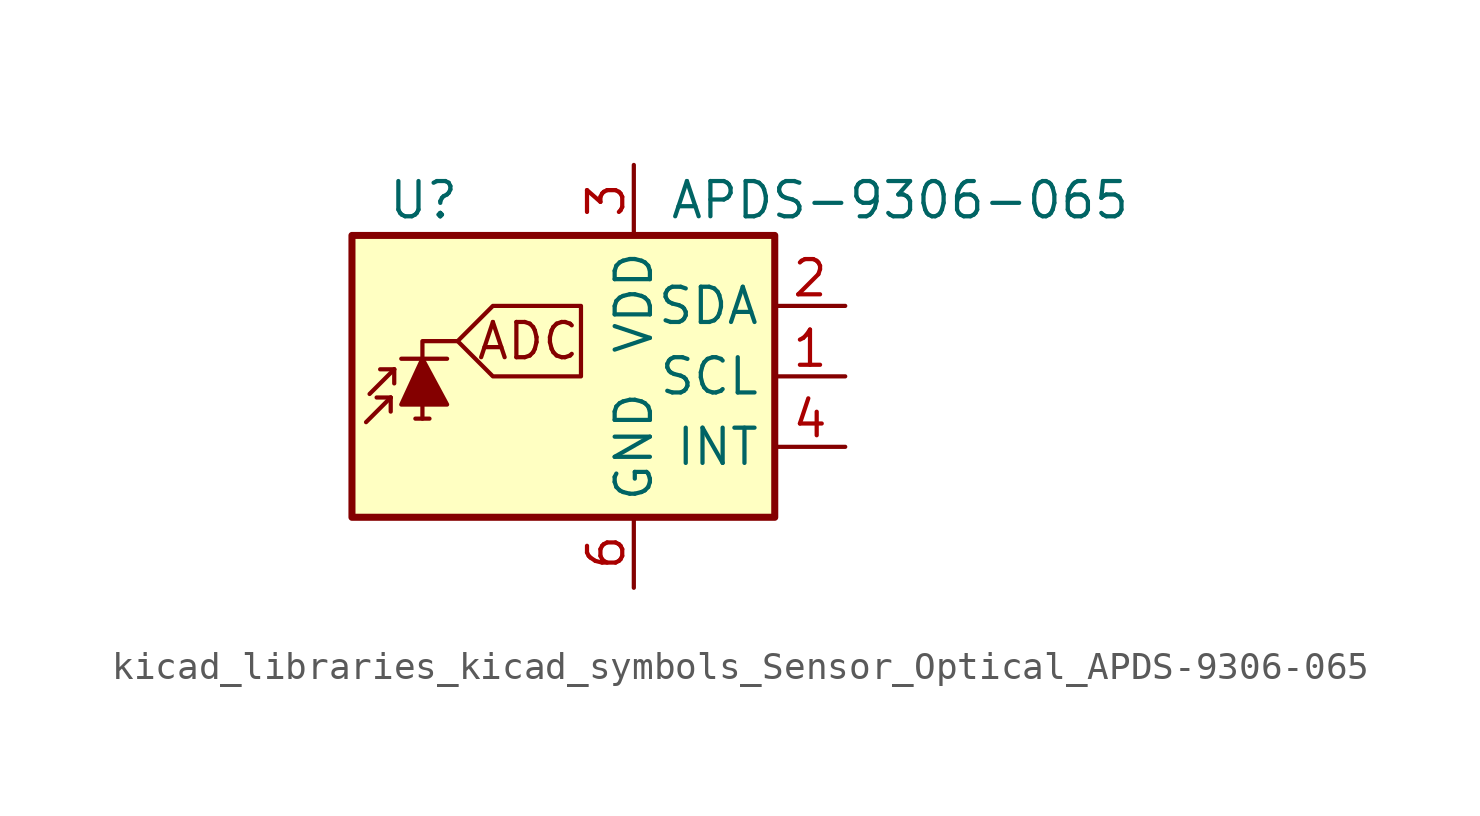
<source format=kicad_sym>
(kicad_symbol_lib
  (version 20220914)
  (generator kicad_symbol_editor)
  (symbol "kicad_libraries_kicad_symbols_Sensor_Optical_APDS-9306-065"
    (property "Reference" "U"
      (at -6.35 6.35 0)
      (effects (font (size 1.27 1.27)) (justify left)))
    (property "Value" "APDS-9306-065"
      (at 3.81 6.35 0)
      (effects (font (size 1.27 1.27)) (justify left)))
    (symbol "kicad_libraries_kicad_symbols_Sensor_Optical_APDS-9306-065_0_0"
      (polyline (pts (xy -3.81 1.27) (xy -2.54 2.54) (xy 0.635 2.54) (xy 0.635 0) (xy -2.54 0) (xy -3.81 1.27)) (stroke (width 0) (type default)) (fill (type none)))
      (text "ADC" (at -1.27 1.27 0) (effects (font (size 1.27 1.27)))))
    (symbol "kicad_libraries_kicad_symbols_Sensor_Optical_APDS-9306-065_0_1"
      (rectangle (start -7.62 5.08) (end 7.62 -5.08) (stroke (width 0.254) (type default)) (fill (type background))))
    (symbol "kicad_libraries_kicad_symbols_Sensor_Optical_APDS-9306-065_1_0"
      (polyline (pts (xy -5.08 -1.524) (xy -5.08 1.27) (xy -3.81 1.27)) (stroke (width 0) (type default)) (fill (type none))))
    (symbol "kicad_libraries_kicad_symbols_Sensor_Optical_APDS-9306-065_1_1"
      (polyline (pts (xy -6.223 -0.762) (xy -7.112 -1.651)) (stroke (width 0) (type default)) (fill (type none)))
      (polyline (pts (xy -6.223 -0.762) (xy -6.731 -0.762)) (stroke (width 0) (type default)) (fill (type none)))
      (polyline (pts (xy -6.223 -0.762) (xy -6.223 -1.27)) (stroke (width 0) (type default)) (fill (type none)))
      (polyline (pts (xy -6.096 0.254) (xy -6.985 -0.635)) (stroke (width 0) (type default)) (fill (type none)))
      (polyline (pts (xy -6.096 0.254) (xy -6.604 0.254)) (stroke (width 0) (type default)) (fill (type none)))
      (polyline (pts (xy -6.096 0.254) (xy -6.096 -0.254)) (stroke (width 0) (type default)) (fill (type none)))
      (polyline (pts (xy -5.842 0.635) (xy -4.191 0.635)) (stroke (width 0) (type default)) (fill (type none)))
      (polyline (pts (xy -4.826 -1.524) (xy -5.334 -1.524)) (stroke (width 0) (type default)) (fill (type none)))
      (polyline (pts (xy -5.842 -1.016) (xy -4.191 -1.016) (xy -5.08 0.635) (xy -5.842 -1.016)) (stroke (width 0) (type default)) (fill (type outline)))
      (pin input line (at 10.16 0 180) (length 2.54) (name "SCL" (effects (font (size 1.27 1.27)))) (number "1" (effects (font (size 1.27 1.27)))))
      (pin bidirectional line (at 10.16 2.54 180) (length 2.54) (name "SDA" (effects (font (size 1.27 1.27)))) (number "2" (effects (font (size 1.27 1.27)))))
      (pin power_in line (at 2.54 7.62 270) (length 2.54) (name "VDD" (effects (font (size 1.27 1.27)))) (number "3" (effects (font (size 1.27 1.27)))))
      (pin open_collector line (at 10.16 -2.54 180) (length 2.54) (name "INT" (effects (font (size 1.27 1.27)))) (number "4" (effects (font (size 1.27 1.27)))))
      (pin no_connect line (at -7.62 2.54 0) (length 2.54) hide (name "NC" (effects (font (size 1.27 1.27)))) (number "5" (effects (font (size 1.27 1.27)))))
      (pin power_in line (at 2.54 -7.62 90) (length 2.54) (name "GND" (effects (font (size 1.27 1.27)))) (number "6" (effects (font (size 1.27 1.27))))))))
</source>
